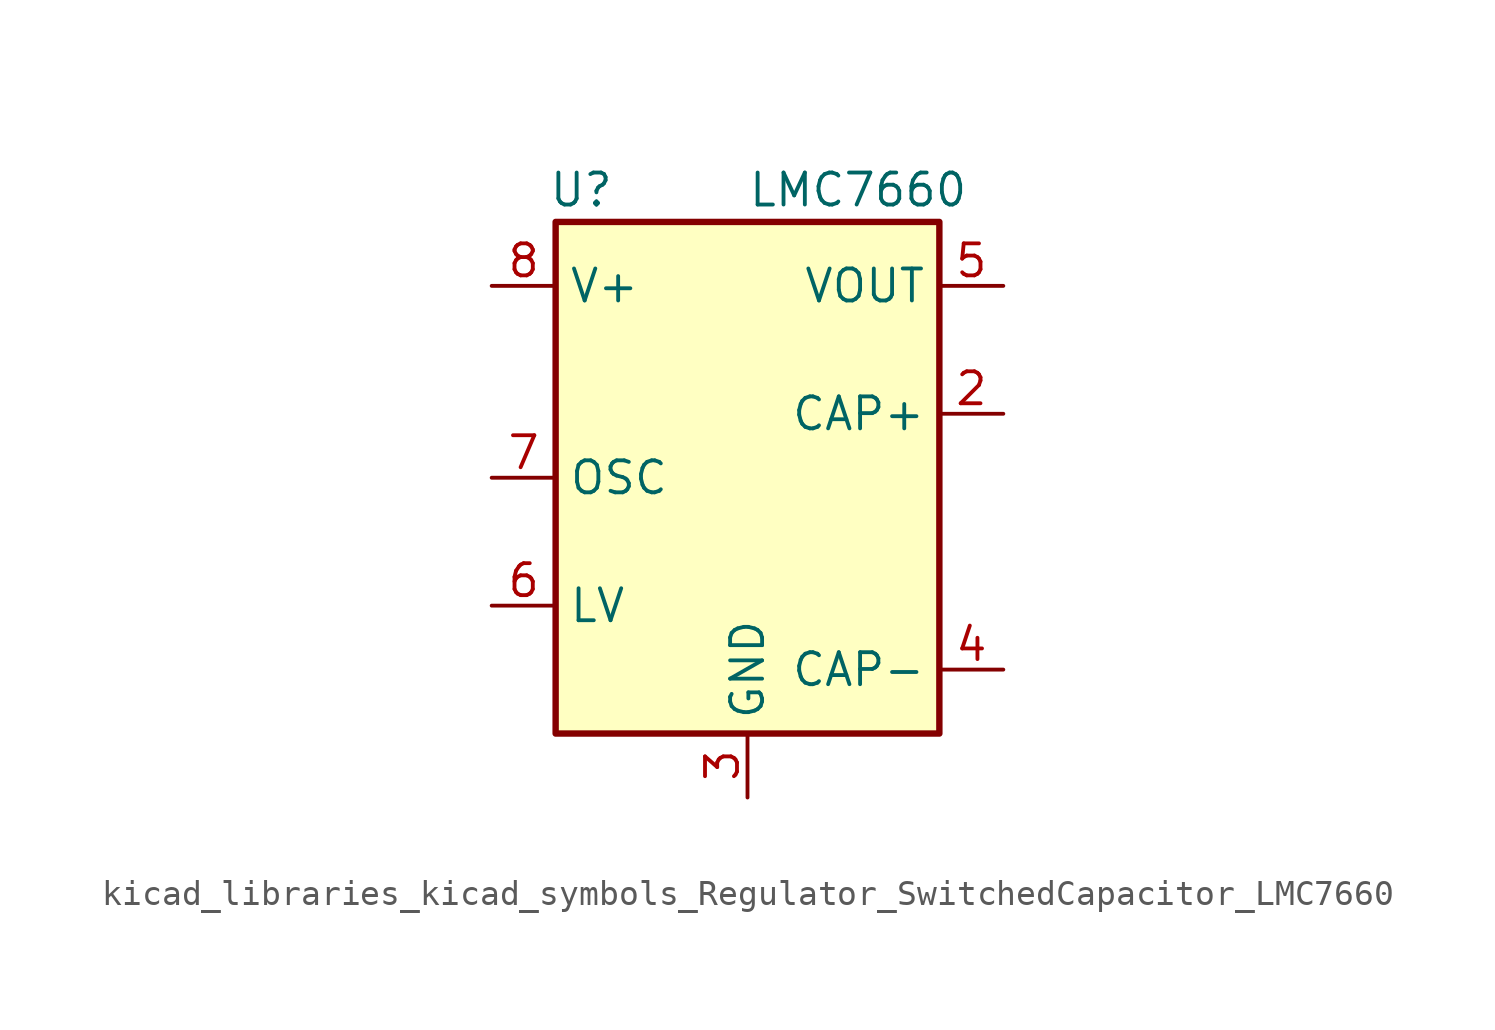
<source format=kicad_sym>
(kicad_symbol_lib
  (version 20220914)
  (generator kicad_symbol_editor)
  (symbol "kicad_libraries_kicad_symbols_Regulator_SwitchedCapacitor_LMC7660"
    (property "Reference" "U"
      (at -6.604 11.43 0)
      (effects (font (size 1.27 1.27))))
    (property "Value" "LMC7660"
      (at 0 11.43 0)
      (effects (font (size 1.27 1.27)) (justify left)))
    (symbol "kicad_libraries_kicad_symbols_Regulator_SwitchedCapacitor_LMC7660_0_1"
      (rectangle (start -7.62 10.16) (end 7.62 -10.16) (stroke (width 0.254) (type default)) (fill (type background))))
    (symbol "kicad_libraries_kicad_symbols_Regulator_SwitchedCapacitor_LMC7660_1_1"
      (pin no_connect line (at -7.62 5.08 0) (length 2.54) hide (name "NC" (effects (font (size 1.27 1.27)))) (number "1" (effects (font (size 1.27 1.27)))))
      (pin input line (at 10.16 2.54 180) (length 2.54) (name "CAP+" (effects (font (size 1.27 1.27)))) (number "2" (effects (font (size 1.27 1.27)))))
      (pin power_in line (at 0 -12.7 90) (length 2.54) (name "GND" (effects (font (size 1.27 1.27)))) (number "3" (effects (font (size 1.27 1.27)))))
      (pin input line (at 10.16 -7.62 180) (length 2.54) (name "CAP-" (effects (font (size 1.27 1.27)))) (number "4" (effects (font (size 1.27 1.27)))))
      (pin power_out line (at 10.16 7.62 180) (length 2.54) (name "VOUT" (effects (font (size 1.27 1.27)))) (number "5" (effects (font (size 1.27 1.27)))))
      (pin input line (at -10.16 -5.08 0) (length 2.54) (name "LV" (effects (font (size 1.27 1.27)))) (number "6" (effects (font (size 1.27 1.27)))))
      (pin input line (at -10.16 0 0) (length 2.54) (name "OSC" (effects (font (size 1.27 1.27)))) (number "7" (effects (font (size 1.27 1.27)))))
      (pin power_in line (at -10.16 7.62 0) (length 2.54) (name "V+" (effects (font (size 1.27 1.27)))) (number "8" (effects (font (size 1.27 1.27))))))))
</source>
